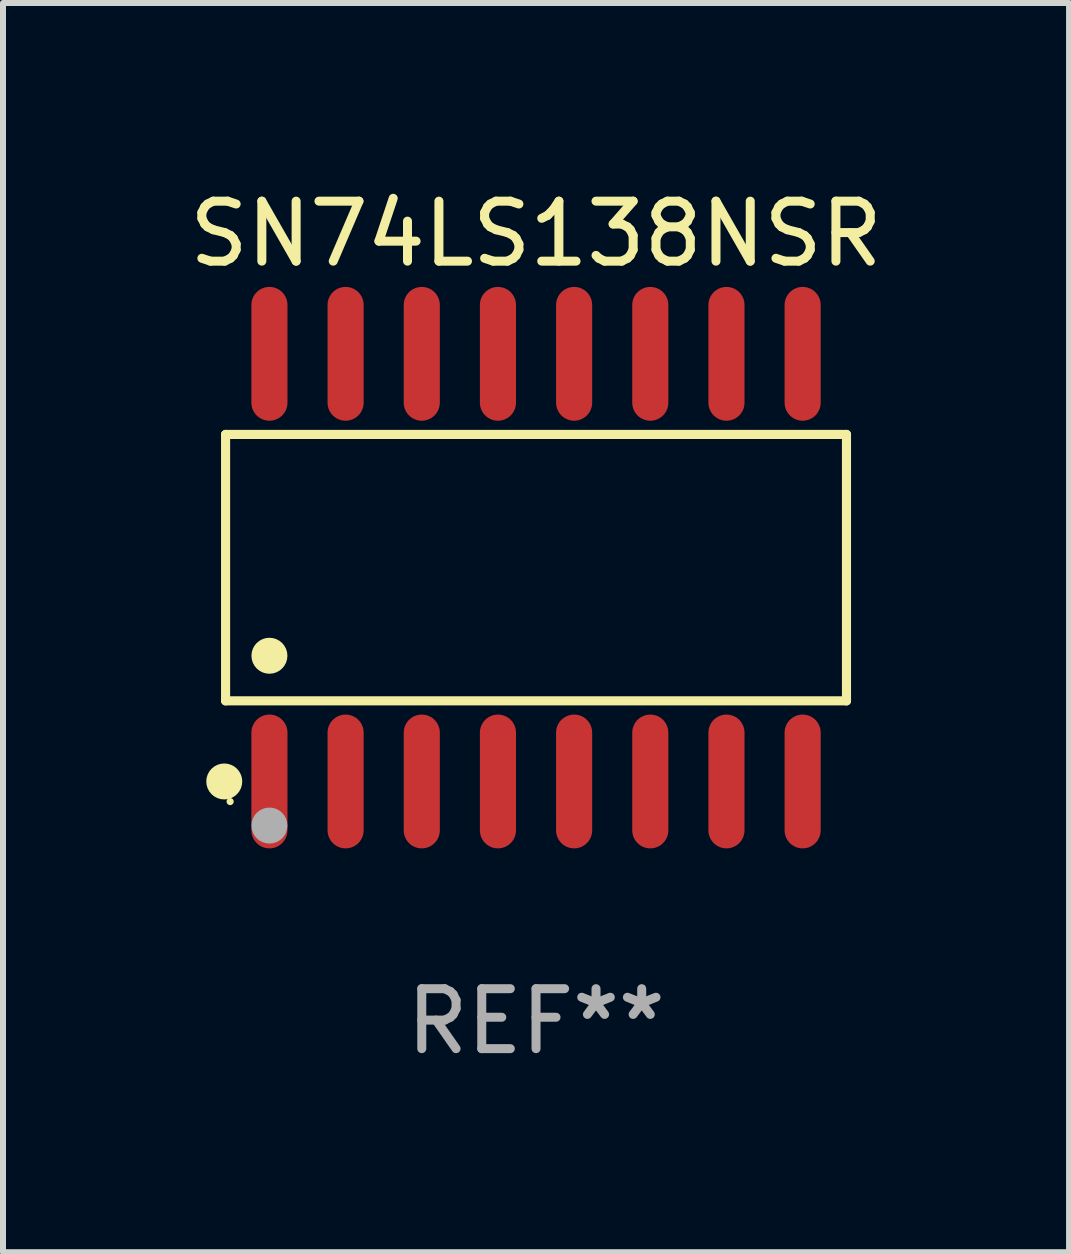
<source format=kicad_pcb>
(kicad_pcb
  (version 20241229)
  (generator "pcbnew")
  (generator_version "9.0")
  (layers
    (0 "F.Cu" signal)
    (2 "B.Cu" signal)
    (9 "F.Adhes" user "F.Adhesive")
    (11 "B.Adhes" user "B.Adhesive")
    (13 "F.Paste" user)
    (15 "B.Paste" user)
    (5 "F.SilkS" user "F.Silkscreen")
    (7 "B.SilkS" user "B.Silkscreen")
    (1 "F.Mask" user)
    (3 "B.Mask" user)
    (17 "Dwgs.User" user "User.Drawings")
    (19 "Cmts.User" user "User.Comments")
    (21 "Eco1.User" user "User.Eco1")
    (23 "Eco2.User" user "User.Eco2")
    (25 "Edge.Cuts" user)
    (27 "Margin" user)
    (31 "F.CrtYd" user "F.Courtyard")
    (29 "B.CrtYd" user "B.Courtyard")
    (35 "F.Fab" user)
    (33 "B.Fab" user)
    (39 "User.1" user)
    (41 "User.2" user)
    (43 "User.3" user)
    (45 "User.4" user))
  (footprint "SN74LS138NSR"
    (layer "F.Cu")
    (at 5.887 6.414)
    (property "Reference" "SN74LS138NSR" (at 0 -5.565 0) (layer "F.SilkS") (effects (font (size 1 1) (thickness 0.15))))
    (attr through_hole)
    (fp_line (start -5.176 -2.221) (end 5.176 -2.221) (stroke (width 0.152) (type solid)) (layer "F.SilkS"))
    (fp_line (start -5.176 2.221) (end -5.176 -2.221) (stroke (width 0.152) (type solid)) (layer "F.SilkS"))
    (fp_line (start 5.176 -2.221) (end 5.176 2.221) (stroke (width 0.152) (type solid)) (layer "F.SilkS"))
    (fp_line (start 5.176 2.221) (end -5.176 2.221) (stroke (width 0.152) (type solid)) (layer "F.SilkS"))
    (fp_circle (center -5.198 3.565) (end -5.048 3.565) (stroke (width 0.3) (type solid)) (fill no) (layer "F.SilkS"))
    (fp_circle (center -5.1 3.9) (end -5.07 3.9) (stroke (width 0.06) (type solid)) (fill no) (layer "F.SilkS"))
    (fp_circle (center -4.445 1.469) (end -4.295 1.469) (stroke (width 0.3) (type solid)) (fill no) (layer "F.SilkS"))
    (fp_circle (center -4.445 4.3) (end -4.295 4.3) (stroke (width 0.3) (type solid)) (fill no) (layer "F.Fab"))
    (fp_text user "REF**" (at 0 7.565 0) (layer "F.Fab") (effects (font (size 1 1) (thickness 0.15))))
    (pad "1" smd oval (at -4.445 3.565) (size 0.602 2.231) (layers "F.Cu" "F.Mask" "F.Paste"))
    (pad "2" smd oval (at -3.175 3.565) (size 0.602 2.231) (layers "F.Cu" "F.Mask" "F.Paste"))
    (pad "3" smd oval (at -1.905 3.565) (size 0.602 2.231) (layers "F.Cu" "F.Mask" "F.Paste"))
    (pad "4" smd oval (at -0.635 3.565) (size 0.602 2.231) (layers "F.Cu" "F.Mask" "F.Paste"))
    (pad "5" smd oval (at 0.635 3.565) (size 0.602 2.231) (layers "F.Cu" "F.Mask" "F.Paste"))
    (pad "6" smd oval (at 1.905 3.565) (size 0.602 2.231) (layers "F.Cu" "F.Mask" "F.Paste"))
    (pad "7" smd oval (at 3.175 3.565) (size 0.602 2.231) (layers "F.Cu" "F.Mask" "F.Paste"))
    (pad "8" smd oval (at 4.445 3.565) (size 0.602 2.231) (layers "F.Cu" "F.Mask" "F.Paste"))
    (pad "9" smd oval (at 4.445 -3.565) (size 0.602 2.231) (layers "F.Cu" "F.Mask" "F.Paste"))
    (pad "10" smd oval (at 3.175 -3.565) (size 0.602 2.231) (layers "F.Cu" "F.Mask" "F.Paste"))
    (pad "11" smd oval (at 1.905 -3.565) (size 0.602 2.231) (layers "F.Cu" "F.Mask" "F.Paste"))
    (pad "12" smd oval (at 0.635 -3.565) (size 0.602 2.231) (layers "F.Cu" "F.Mask" "F.Paste"))
    (pad "13" smd oval (at -0.635 -3.565) (size 0.602 2.231) (layers "F.Cu" "F.Mask" "F.Paste"))
    (pad "14" smd oval (at -1.905 -3.565) (size 0.602 2.231) (layers "F.Cu" "F.Mask" "F.Paste"))
    (pad "15" smd oval (at -3.175 -3.565) (size 0.602 2.231) (layers "F.Cu" "F.Mask" "F.Paste"))
    (pad "16" smd oval (at -4.445 -3.565) (size 0.602 2.231) (layers "F.Cu" "F.Mask" "F.Paste")))
  (gr_rect
    (start -3 -3)
    (end 14.774 17.827)
    (stroke (width 0.1) (type default))
    (fill no)
    (layer "Edge.Cuts")))
</source>
